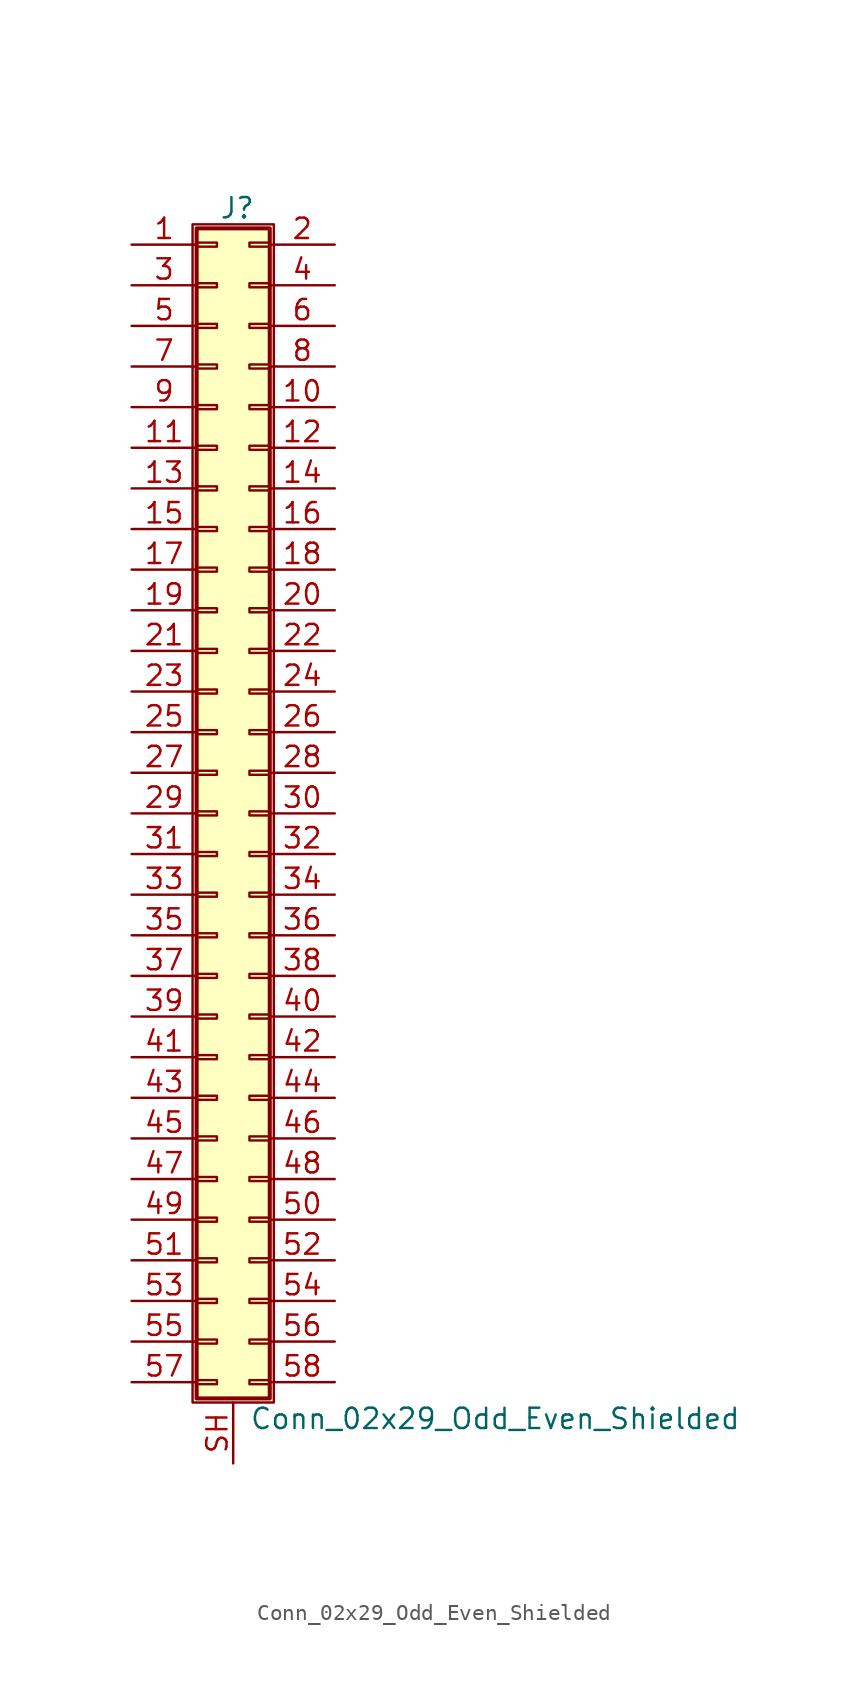
<source format=kicad_sym>
(kicad_symbol_lib
  (version 20201005)
  (generator kicad_symbol_editor)
  (symbol "Conn_02x29_Odd_Even_Shielded"
    (pin_names
      (offset 1.016) hide)
    (property "Reference" "J"
      (at 1.524 37.846 0)
      (effects (font (size 1.27 1.27))))
    (property "Value" "Conn_02x29_Odd_Even_Shielded"
      (at 2.286 -37.846 0)
      (effects (font (size 1.27 1.27)) (justify left)))
    (symbol "Conn_02x29_Odd_Even_Shielded_1_1"
      (rectangle (start -1.27 36.83) (end 3.81 -36.83) (stroke (width 0.152)) (fill (type none)))
      (rectangle (start -1.016 -35.433) (end 0.254 -35.687) (stroke (width 0.152)) (fill (type none)))
      (rectangle (start -1.016 -32.893) (end 0.254 -33.147) (stroke (width 0.152)) (fill (type none)))
      (rectangle (start -1.016 -30.353) (end 0.254 -30.607) (stroke (width 0.152)) (fill (type none)))
      (rectangle (start -1.016 -27.813) (end 0.254 -28.067) (stroke (width 0.152)) (fill (type none)))
      (rectangle (start -1.016 -25.273) (end 0.254 -25.527) (stroke (width 0.152)) (fill (type none)))
      (rectangle (start -1.016 -22.733) (end 0.254 -22.987) (stroke (width 0.152)) (fill (type none)))
      (rectangle (start -1.016 -20.193) (end 0.254 -20.447) (stroke (width 0.152)) (fill (type none)))
      (rectangle (start -1.016 -17.653) (end 0.254 -17.907) (stroke (width 0.152)) (fill (type none)))
      (rectangle (start -1.016 -15.113) (end 0.254 -15.367) (stroke (width 0.152)) (fill (type none)))
      (rectangle (start -1.016 -12.573) (end 0.254 -12.827) (stroke (width 0.152)) (fill (type none)))
      (rectangle (start -1.016 -10.033) (end 0.254 -10.287) (stroke (width 0.152)) (fill (type none)))
      (rectangle (start -1.016 -7.493) (end 0.254 -7.747) (stroke (width 0.152)) (fill (type none)))
      (rectangle (start -1.016 -4.953) (end 0.254 -5.207) (stroke (width 0.152)) (fill (type none)))
      (rectangle (start -1.016 -2.413) (end 0.254 -2.667) (stroke (width 0.152)) (fill (type none)))
      (rectangle (start -1.016 0.127) (end 0.254 -0.127) (stroke (width 0.152)) (fill (type none)))
      (rectangle (start -1.016 2.667) (end 0.254 2.413) (stroke (width 0.152)) (fill (type none)))
      (rectangle (start -1.016 5.207) (end 0.254 4.953) (stroke (width 0.152)) (fill (type none)))
      (rectangle (start -1.016 7.747) (end 0.254 7.493) (stroke (width 0.152)) (fill (type none)))
      (rectangle (start -1.016 10.287) (end 0.254 10.033) (stroke (width 0.152)) (fill (type none)))
      (rectangle (start -1.016 12.827) (end 0.254 12.573) (stroke (width 0.152)) (fill (type none)))
      (rectangle (start -1.016 15.367) (end 0.254 15.113) (stroke (width 0.152)) (fill (type none)))
      (rectangle (start -1.016 17.907) (end 0.254 17.653) (stroke (width 0.152)) (fill (type none)))
      (rectangle (start -1.016 20.447) (end 0.254 20.193) (stroke (width 0.152)) (fill (type none)))
      (rectangle (start -1.016 22.987) (end 0.254 22.733) (stroke (width 0.152)) (fill (type none)))
      (rectangle (start -1.016 25.527) (end 0.254 25.273) (stroke (width 0.152)) (fill (type none)))
      (rectangle (start -1.016 28.067) (end 0.254 27.813) (stroke (width 0.152)) (fill (type none)))
      (rectangle (start -1.016 30.607) (end 0.254 30.353) (stroke (width 0.152)) (fill (type none)))
      (rectangle (start -1.016 33.147) (end 0.254 32.893) (stroke (width 0.152)) (fill (type none)))
      (rectangle (start -1.016 35.687) (end 0.254 35.433) (stroke (width 0.152)) (fill (type none)))
      (rectangle (start -1.016 36.576) (end 3.556 -36.576) (stroke (width 0.254)) (fill (type background)))
      (rectangle (start 3.556 -35.433) (end 2.286 -35.687) (stroke (width 0.152)) (fill (type none)))
      (rectangle (start 3.556 -32.893) (end 2.286 -33.147) (stroke (width 0.152)) (fill (type none)))
      (rectangle (start 3.556 -30.353) (end 2.286 -30.607) (stroke (width 0.152)) (fill (type none)))
      (rectangle (start 3.556 -27.813) (end 2.286 -28.067) (stroke (width 0.152)) (fill (type none)))
      (rectangle (start 3.556 -25.273) (end 2.286 -25.527) (stroke (width 0.152)) (fill (type none)))
      (rectangle (start 3.556 -22.733) (end 2.286 -22.987) (stroke (width 0.152)) (fill (type none)))
      (rectangle (start 3.556 -20.193) (end 2.286 -20.447) (stroke (width 0.152)) (fill (type none)))
      (rectangle (start 3.556 -17.653) (end 2.286 -17.907) (stroke (width 0.152)) (fill (type none)))
      (rectangle (start 3.556 -15.113) (end 2.286 -15.367) (stroke (width 0.152)) (fill (type none)))
      (rectangle (start 3.556 -12.573) (end 2.286 -12.827) (stroke (width 0.152)) (fill (type none)))
      (rectangle (start 3.556 -10.033) (end 2.286 -10.287) (stroke (width 0.152)) (fill (type none)))
      (rectangle (start 3.556 -7.493) (end 2.286 -7.747) (stroke (width 0.152)) (fill (type none)))
      (rectangle (start 3.556 -4.953) (end 2.286 -5.207) (stroke (width 0.152)) (fill (type none)))
      (rectangle (start 3.556 -2.413) (end 2.286 -2.667) (stroke (width 0.152)) (fill (type none)))
      (rectangle (start 3.556 0.127) (end 2.286 -0.127) (stroke (width 0.152)) (fill (type none)))
      (rectangle (start 3.556 2.667) (end 2.286 2.413) (stroke (width 0.152)) (fill (type none)))
      (rectangle (start 3.556 5.207) (end 2.286 4.953) (stroke (width 0.152)) (fill (type none)))
      (rectangle (start 3.556 7.747) (end 2.286 7.493) (stroke (width 0.152)) (fill (type none)))
      (rectangle (start 3.556 10.287) (end 2.286 10.033) (stroke (width 0.152)) (fill (type none)))
      (rectangle (start 3.556 12.827) (end 2.286 12.573) (stroke (width 0.152)) (fill (type none)))
      (rectangle (start 3.556 15.367) (end 2.286 15.113) (stroke (width 0.152)) (fill (type none)))
      (rectangle (start 3.556 17.907) (end 2.286 17.653) (stroke (width 0.152)) (fill (type none)))
      (rectangle (start 3.556 20.447) (end 2.286 20.193) (stroke (width 0.152)) (fill (type none)))
      (rectangle (start 3.556 22.987) (end 2.286 22.733) (stroke (width 0.152)) (fill (type none)))
      (rectangle (start 3.556 25.527) (end 2.286 25.273) (stroke (width 0.152)) (fill (type none)))
      (rectangle (start 3.556 28.067) (end 2.286 27.813) (stroke (width 0.152)) (fill (type none)))
      (rectangle (start 3.556 30.607) (end 2.286 30.353) (stroke (width 0.152)) (fill (type none)))
      (rectangle (start 3.556 33.147) (end 2.286 32.893) (stroke (width 0.152)) (fill (type none)))
      (rectangle (start 3.556 35.687) (end 2.286 35.433) (stroke (width 0.152)) (fill (type none)))
      (pin passive line (at -5.08 35.56 0) (length 4.064) (name "Pin_1" (effects (font (size 1.27 1.27)))) (number "1" (effects (font (size 1.27 1.27)))))
      (pin passive line (at 7.62 25.4 180) (length 4.064) (name "Pin_10" (effects (font (size 1.27 1.27)))) (number "10" (effects (font (size 1.27 1.27)))))
      (pin passive line (at -5.08 22.86 0) (length 4.064) (name "Pin_11" (effects (font (size 1.27 1.27)))) (number "11" (effects (font (size 1.27 1.27)))))
      (pin passive line (at 7.62 22.86 180) (length 4.064) (name "Pin_12" (effects (font (size 1.27 1.27)))) (number "12" (effects (font (size 1.27 1.27)))))
      (pin passive line (at -5.08 20.32 0) (length 4.064) (name "Pin_13" (effects (font (size 1.27 1.27)))) (number "13" (effects (font (size 1.27 1.27)))))
      (pin passive line (at 7.62 20.32 180) (length 4.064) (name "Pin_14" (effects (font (size 1.27 1.27)))) (number "14" (effects (font (size 1.27 1.27)))))
      (pin passive line (at -5.08 17.78 0) (length 4.064) (name "Pin_15" (effects (font (size 1.27 1.27)))) (number "15" (effects (font (size 1.27 1.27)))))
      (pin passive line (at 7.62 17.78 180) (length 4.064) (name "Pin_16" (effects (font (size 1.27 1.27)))) (number "16" (effects (font (size 1.27 1.27)))))
      (pin passive line (at -5.08 15.24 0) (length 4.064) (name "Pin_17" (effects (font (size 1.27 1.27)))) (number "17" (effects (font (size 1.27 1.27)))))
      (pin passive line (at 7.62 15.24 180) (length 4.064) (name "Pin_18" (effects (font (size 1.27 1.27)))) (number "18" (effects (font (size 1.27 1.27)))))
      (pin passive line (at -5.08 12.7 0) (length 4.064) (name "Pin_19" (effects (font (size 1.27 1.27)))) (number "19" (effects (font (size 1.27 1.27)))))
      (pin passive line (at 7.62 35.56 180) (length 4.064) (name "Pin_2" (effects (font (size 1.27 1.27)))) (number "2" (effects (font (size 1.27 1.27)))))
      (pin passive line (at 7.62 12.7 180) (length 4.064) (name "Pin_20" (effects (font (size 1.27 1.27)))) (number "20" (effects (font (size 1.27 1.27)))))
      (pin passive line (at -5.08 10.16 0) (length 4.064) (name "Pin_21" (effects (font (size 1.27 1.27)))) (number "21" (effects (font (size 1.27 1.27)))))
      (pin passive line (at 7.62 10.16 180) (length 4.064) (name "Pin_22" (effects (font (size 1.27 1.27)))) (number "22" (effects (font (size 1.27 1.27)))))
      (pin passive line (at -5.08 7.62 0) (length 4.064) (name "Pin_23" (effects (font (size 1.27 1.27)))) (number "23" (effects (font (size 1.27 1.27)))))
      (pin passive line (at 7.62 7.62 180) (length 4.064) (name "Pin_24" (effects (font (size 1.27 1.27)))) (number "24" (effects (font (size 1.27 1.27)))))
      (pin passive line (at -5.08 5.08 0) (length 4.064) (name "Pin_25" (effects (font (size 1.27 1.27)))) (number "25" (effects (font (size 1.27 1.27)))))
      (pin passive line (at 7.62 5.08 180) (length 4.064) (name "Pin_26" (effects (font (size 1.27 1.27)))) (number "26" (effects (font (size 1.27 1.27)))))
      (pin passive line (at -5.08 2.54 0) (length 4.064) (name "Pin_27" (effects (font (size 1.27 1.27)))) (number "27" (effects (font (size 1.27 1.27)))))
      (pin passive line (at 7.62 2.54 180) (length 4.064) (name "Pin_28" (effects (font (size 1.27 1.27)))) (number "28" (effects (font (size 1.27 1.27)))))
      (pin passive line (at -5.08 0 0) (length 4.064) (name "Pin_29" (effects (font (size 1.27 1.27)))) (number "29" (effects (font (size 1.27 1.27)))))
      (pin passive line (at -5.08 33.02 0) (length 4.064) (name "Pin_3" (effects (font (size 1.27 1.27)))) (number "3" (effects (font (size 1.27 1.27)))))
      (pin passive line (at 7.62 0 180) (length 4.064) (name "Pin_30" (effects (font (size 1.27 1.27)))) (number "30" (effects (font (size 1.27 1.27)))))
      (pin passive line (at -5.08 -2.54 0) (length 4.064) (name "Pin_31" (effects (font (size 1.27 1.27)))) (number "31" (effects (font (size 1.27 1.27)))))
      (pin passive line (at 7.62 -2.54 180) (length 4.064) (name "Pin_32" (effects (font (size 1.27 1.27)))) (number "32" (effects (font (size 1.27 1.27)))))
      (pin passive line (at -5.08 -5.08 0) (length 4.064) (name "Pin_33" (effects (font (size 1.27 1.27)))) (number "33" (effects (font (size 1.27 1.27)))))
      (pin passive line (at 7.62 -5.08 180) (length 4.064) (name "Pin_34" (effects (font (size 1.27 1.27)))) (number "34" (effects (font (size 1.27 1.27)))))
      (pin passive line (at -5.08 -7.62 0) (length 4.064) (name "Pin_35" (effects (font (size 1.27 1.27)))) (number "35" (effects (font (size 1.27 1.27)))))
      (pin passive line (at 7.62 -7.62 180) (length 4.064) (name "Pin_36" (effects (font (size 1.27 1.27)))) (number "36" (effects (font (size 1.27 1.27)))))
      (pin passive line (at -5.08 -10.16 0) (length 4.064) (name "Pin_37" (effects (font (size 1.27 1.27)))) (number "37" (effects (font (size 1.27 1.27)))))
      (pin passive line (at 7.62 -10.16 180) (length 4.064) (name "Pin_38" (effects (font (size 1.27 1.27)))) (number "38" (effects (font (size 1.27 1.27)))))
      (pin passive line (at -5.08 -12.7 0) (length 4.064) (name "Pin_39" (effects (font (size 1.27 1.27)))) (number "39" (effects (font (size 1.27 1.27)))))
      (pin passive line (at 7.62 33.02 180) (length 4.064) (name "Pin_4" (effects (font (size 1.27 1.27)))) (number "4" (effects (font (size 1.27 1.27)))))
      (pin passive line (at 7.62 -12.7 180) (length 4.064) (name "Pin_40" (effects (font (size 1.27 1.27)))) (number "40" (effects (font (size 1.27 1.27)))))
      (pin passive line (at -5.08 -15.24 0) (length 4.064) (name "Pin_41" (effects (font (size 1.27 1.27)))) (number "41" (effects (font (size 1.27 1.27)))))
      (pin passive line (at 7.62 -15.24 180) (length 4.064) (name "Pin_42" (effects (font (size 1.27 1.27)))) (number "42" (effects (font (size 1.27 1.27)))))
      (pin passive line (at -5.08 -17.78 0) (length 4.064) (name "Pin_43" (effects (font (size 1.27 1.27)))) (number "43" (effects (font (size 1.27 1.27)))))
      (pin passive line (at 7.62 -17.78 180) (length 4.064) (name "Pin_44" (effects (font (size 1.27 1.27)))) (number "44" (effects (font (size 1.27 1.27)))))
      (pin passive line (at -5.08 -20.32 0) (length 4.064) (name "Pin_45" (effects (font (size 1.27 1.27)))) (number "45" (effects (font (size 1.27 1.27)))))
      (pin passive line (at 7.62 -20.32 180) (length 4.064) (name "Pin_46" (effects (font (size 1.27 1.27)))) (number "46" (effects (font (size 1.27 1.27)))))
      (pin passive line (at -5.08 -22.86 0) (length 4.064) (name "Pin_47" (effects (font (size 1.27 1.27)))) (number "47" (effects (font (size 1.27 1.27)))))
      (pin passive line (at 7.62 -22.86 180) (length 4.064) (name "Pin_48" (effects (font (size 1.27 1.27)))) (number "48" (effects (font (size 1.27 1.27)))))
      (pin passive line (at -5.08 -25.4 0) (length 4.064) (name "Pin_49" (effects (font (size 1.27 1.27)))) (number "49" (effects (font (size 1.27 1.27)))))
      (pin passive line (at -5.08 30.48 0) (length 4.064) (name "Pin_5" (effects (font (size 1.27 1.27)))) (number "5" (effects (font (size 1.27 1.27)))))
      (pin passive line (at 7.62 -25.4 180) (length 4.064) (name "Pin_50" (effects (font (size 1.27 1.27)))) (number "50" (effects (font (size 1.27 1.27)))))
      (pin passive line (at -5.08 -27.94 0) (length 4.064) (name "Pin_51" (effects (font (size 1.27 1.27)))) (number "51" (effects (font (size 1.27 1.27)))))
      (pin passive line (at 7.62 -27.94 180) (length 4.064) (name "Pin_52" (effects (font (size 1.27 1.27)))) (number "52" (effects (font (size 1.27 1.27)))))
      (pin passive line (at -5.08 -30.48 0) (length 4.064) (name "Pin_53" (effects (font (size 1.27 1.27)))) (number "53" (effects (font (size 1.27 1.27)))))
      (pin passive line (at 7.62 -30.48 180) (length 4.064) (name "Pin_54" (effects (font (size 1.27 1.27)))) (number "54" (effects (font (size 1.27 1.27)))))
      (pin passive line (at -5.08 -33.02 0) (length 4.064) (name "Pin_55" (effects (font (size 1.27 1.27)))) (number "55" (effects (font (size 1.27 1.27)))))
      (pin passive line (at 7.62 -33.02 180) (length 4.064) (name "Pin_56" (effects (font (size 1.27 1.27)))) (number "56" (effects (font (size 1.27 1.27)))))
      (pin passive line (at -5.08 -35.56 0) (length 4.064) (name "Pin_57" (effects (font (size 1.27 1.27)))) (number "57" (effects (font (size 1.27 1.27)))))
      (pin passive line (at 7.62 -35.56 180) (length 4.064) (name "Pin_58" (effects (font (size 1.27 1.27)))) (number "58" (effects (font (size 1.27 1.27)))))
      (pin passive line (at 7.62 30.48 180) (length 4.064) (name "Pin_6" (effects (font (size 1.27 1.27)))) (number "6" (effects (font (size 1.27 1.27)))))
      (pin passive line (at -5.08 27.94 0) (length 4.064) (name "Pin_7" (effects (font (size 1.27 1.27)))) (number "7" (effects (font (size 1.27 1.27)))))
      (pin passive line (at 7.62 27.94 180) (length 4.064) (name "Pin_8" (effects (font (size 1.27 1.27)))) (number "8" (effects (font (size 1.27 1.27)))))
      (pin passive line (at -5.08 25.4 0) (length 4.064) (name "Pin_9" (effects (font (size 1.27 1.27)))) (number "9" (effects (font (size 1.27 1.27)))))
      (pin passive line (at 1.27 -40.64 90) (length 3.81) (name "Shield" (effects (font (size 1.27 1.27)))) (number "SH" (effects (font (size 1.27 1.27))))))))
</source>
